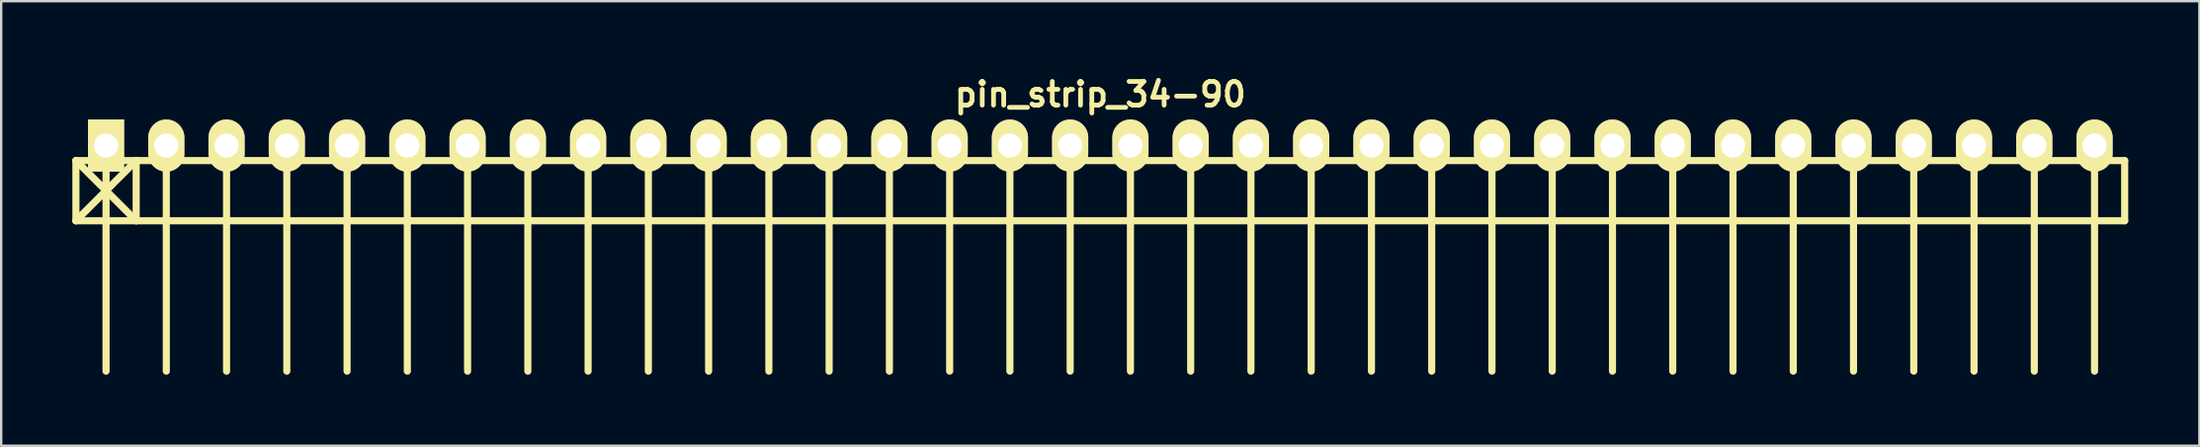
<source format=kicad_pcb>
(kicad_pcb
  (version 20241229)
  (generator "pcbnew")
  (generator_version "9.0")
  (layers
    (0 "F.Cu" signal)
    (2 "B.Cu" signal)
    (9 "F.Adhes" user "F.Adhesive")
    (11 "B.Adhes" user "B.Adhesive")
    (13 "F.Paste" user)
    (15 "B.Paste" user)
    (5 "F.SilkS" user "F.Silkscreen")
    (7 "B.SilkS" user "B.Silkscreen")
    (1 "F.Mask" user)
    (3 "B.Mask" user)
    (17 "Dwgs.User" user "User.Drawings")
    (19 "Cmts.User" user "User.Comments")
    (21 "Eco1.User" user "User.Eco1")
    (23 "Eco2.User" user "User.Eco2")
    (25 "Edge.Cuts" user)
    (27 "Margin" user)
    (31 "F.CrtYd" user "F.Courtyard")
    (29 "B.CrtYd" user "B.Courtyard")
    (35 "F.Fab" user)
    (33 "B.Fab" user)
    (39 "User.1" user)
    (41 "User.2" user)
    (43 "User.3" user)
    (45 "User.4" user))
  (footprint "pin_strip_34-90"
    (layer "F.Cu")
    (at 43.33 3.095)
    (property "Reference" "pin_strip_34-90" (at 0 -2.159 0) (layer "F.SilkS") (effects (font (size 1 1) (thickness 0.2))))
    (attr through_hole)
    (fp_line (start -43.18 0.635) (end 43.18 0.635) (stroke (width 0.3) (type solid)) (layer "F.SilkS"))
    (fp_line (start -43.18 3.175) (end -43.18 0.635) (stroke (width 0.3) (type solid)) (layer "F.SilkS"))
    (fp_line (start -43.18 3.175) (end -40.64 0.635) (stroke (width 0.3) (type solid)) (layer "F.SilkS"))
    (fp_line (start -41.91 0) (end -41.91 9.525) (stroke (width 0.3) (type solid)) (layer "F.SilkS"))
    (fp_line (start -40.64 0.635) (end -40.64 3.175) (stroke (width 0.3) (type solid)) (layer "F.SilkS"))
    (fp_line (start -40.64 3.175) (end -43.18 0.635) (stroke (width 0.3) (type solid)) (layer "F.SilkS"))
    (fp_line (start -39.37 0) (end -39.37 9.525) (stroke (width 0.3) (type solid)) (layer "F.SilkS"))
    (fp_line (start -36.83 9.525) (end -36.83 0) (stroke (width 0.3) (type solid)) (layer "F.SilkS"))
    (fp_line (start -34.29 0) (end -34.29 9.525) (stroke (width 0.3) (type solid)) (layer "F.SilkS"))
    (fp_line (start -31.75 0) (end -31.75 9.525) (stroke (width 0.3) (type solid)) (layer "F.SilkS"))
    (fp_line (start -29.21 0) (end -29.21 9.525) (stroke (width 0.3) (type solid)) (layer "F.SilkS"))
    (fp_line (start -26.67 0) (end -26.67 9.525) (stroke (width 0.3) (type solid)) (layer "F.SilkS"))
    (fp_line (start -24.13 0) (end -24.13 9.525) (stroke (width 0.3) (type solid)) (layer "F.SilkS"))
    (fp_line (start -21.59 0) (end -21.59 9.525) (stroke (width 0.3) (type solid)) (layer "F.SilkS"))
    (fp_line (start -19.05 0) (end -19.05 9.525) (stroke (width 0.3) (type solid)) (layer "F.SilkS"))
    (fp_line (start -16.51 0) (end -16.51 9.525) (stroke (width 0.3) (type solid)) (layer "F.SilkS"))
    (fp_line (start -13.97 0) (end -13.97 9.525) (stroke (width 0.3) (type solid)) (layer "F.SilkS"))
    (fp_line (start -11.43 9.525) (end -11.43 0) (stroke (width 0.3) (type solid)) (layer "F.SilkS"))
    (fp_line (start -8.89 0) (end -8.89 9.525) (stroke (width 0.3) (type solid)) (layer "F.SilkS"))
    (fp_line (start -6.35 0) (end -6.35 9.525) (stroke (width 0.3) (type solid)) (layer "F.SilkS"))
    (fp_line (start -3.81 0) (end -3.81 9.525) (stroke (width 0.3) (type solid)) (layer "F.SilkS"))
    (fp_line (start -1.27 0) (end -1.27 9.525) (stroke (width 0.3) (type solid)) (layer "F.SilkS"))
    (fp_line (start 1.27 0) (end 1.27 9.525) (stroke (width 0.3) (type solid)) (layer "F.SilkS"))
    (fp_line (start 3.81 0) (end 3.81 9.525) (stroke (width 0.3) (type solid)) (layer "F.SilkS"))
    (fp_line (start 6.35 0) (end 6.35 9.525) (stroke (width 0.3) (type solid)) (layer "F.SilkS"))
    (fp_line (start 8.89 0) (end 8.89 9.525) (stroke (width 0.3) (type solid)) (layer "F.SilkS"))
    (fp_line (start 11.43 0) (end 11.43 9.525) (stroke (width 0.3) (type solid)) (layer "F.SilkS"))
    (fp_line (start 13.97 9.525) (end 13.97 0) (stroke (width 0.3) (type solid)) (layer "F.SilkS"))
    (fp_line (start 16.51 0) (end 16.51 9.525) (stroke (width 0.3) (type solid)) (layer "F.SilkS"))
    (fp_line (start 19.05 0) (end 19.05 9.525) (stroke (width 0.3) (type solid)) (layer "F.SilkS"))
    (fp_line (start 21.59 0) (end 21.59 9.525) (stroke (width 0.3) (type solid)) (layer "F.SilkS"))
    (fp_line (start 24.13 0) (end 24.13 9.525) (stroke (width 0.3) (type solid)) (layer "F.SilkS"))
    (fp_line (start 26.67 0) (end 26.67 9.525) (stroke (width 0.3) (type solid)) (layer "F.SilkS"))
    (fp_line (start 29.21 0) (end 29.21 9.525) (stroke (width 0.3) (type solid)) (layer "F.SilkS"))
    (fp_line (start 31.75 0) (end 31.75 9.525) (stroke (width 0.3) (type solid)) (layer "F.SilkS"))
    (fp_line (start 34.29 0) (end 34.29 9.525) (stroke (width 0.3) (type solid)) (layer "F.SilkS"))
    (fp_line (start 36.83 0) (end 36.83 9.525) (stroke (width 0.3) (type solid)) (layer "F.SilkS"))
    (fp_line (start 39.37 9.525) (end 39.37 0) (stroke (width 0.3) (type solid)) (layer "F.SilkS"))
    (fp_line (start 41.91 0) (end 41.91 9.525) (stroke (width 0.3) (type solid)) (layer "F.SilkS"))
    (fp_line (start 43.18 0.635) (end 43.18 3.175) (stroke (width 0.3) (type solid)) (layer "F.SilkS"))
    (fp_line (start 43.18 3.175) (end -43.18 3.175) (stroke (width 0.3) (type solid)) (layer "F.SilkS"))
    (pad "1" thru_hole rect (at -41.91 0) (size 1.524 2.2) (drill 1.02) (layers "*.Cu" "*.Mask" "F.SilkS"))
    (pad "2" thru_hole oval (at -39.37 0) (size 1.524 2.2) (drill 1.02) (layers "*.Cu" "*.Mask" "F.SilkS"))
    (pad "3" thru_hole oval (at -36.83 0) (size 1.524 2.2) (drill 1.02) (layers "*.Cu" "*.Mask" "F.SilkS"))
    (pad "4" thru_hole oval (at -34.29 0) (size 1.524 2.2) (drill 1.02) (layers "*.Cu" "*.Mask" "F.SilkS"))
    (pad "5" thru_hole oval (at -31.75 0) (size 1.524 2.2) (drill 1.02) (layers "*.Cu" "*.Mask" "F.SilkS"))
    (pad "6" thru_hole oval (at -29.21 0) (size 1.524 2.2) (drill 1.02) (layers "*.Cu" "*.Mask" "F.SilkS"))
    (pad "7" thru_hole oval (at -26.67 0) (size 1.524 2.2) (drill 1.02) (layers "*.Cu" "*.Mask" "F.SilkS"))
    (pad "8" thru_hole oval (at -24.13 0) (size 1.524 2.2) (drill 1.02) (layers "*.Cu" "*.Mask" "F.SilkS"))
    (pad "9" thru_hole oval (at -21.59 0) (size 1.524 2.2) (drill 1.02) (layers "*.Cu" "*.Mask" "F.SilkS"))
    (pad "10" thru_hole oval (at -19.05 0) (size 1.524 2.2) (drill 1.02) (layers "*.Cu" "*.Mask" "F.SilkS"))
    (pad "11" thru_hole oval (at -16.51 0) (size 1.524 2.2) (drill 1.02) (layers "*.Cu" "*.Mask" "F.SilkS"))
    (pad "12" thru_hole oval (at -13.97 0) (size 1.524 2.2) (drill 1.02) (layers "*.Cu" "*.Mask" "F.SilkS"))
    (pad "13" thru_hole oval (at -11.43 0) (size 1.524 2.2) (drill 1.02) (layers "*.Cu" "*.Mask" "F.SilkS"))
    (pad "14" thru_hole oval (at -8.89 0) (size 1.524 2.2) (drill 1.02) (layers "*.Cu" "*.Mask" "F.SilkS"))
    (pad "15" thru_hole oval (at -6.35 0) (size 1.524 2.2) (drill 1.02) (layers "*.Cu" "*.Mask" "F.SilkS"))
    (pad "16" thru_hole oval (at -3.81 0) (size 1.524 2.2) (drill 1.02) (layers "*.Cu" "*.Mask" "F.SilkS"))
    (pad "17" thru_hole oval (at -1.27 0) (size 1.524 2.2) (drill 1.02) (layers "*.Cu" "*.Mask" "F.SilkS"))
    (pad "18" thru_hole oval (at 1.27 0) (size 1.524 2.2) (drill 1.02) (layers "*.Cu" "*.Mask" "F.SilkS"))
    (pad "19" thru_hole oval (at 3.81 0) (size 1.524 2.2) (drill 1.02) (layers "*.Cu" "*.Mask" "F.SilkS"))
    (pad "20" thru_hole oval (at 6.35 0) (size 1.524 2.2) (drill 1.02) (layers "*.Cu" "*.Mask" "F.SilkS"))
    (pad "21" thru_hole oval (at 8.89 0) (size 1.524 2.2) (drill 1.02) (layers "*.Cu" "*.Mask" "F.SilkS"))
    (pad "22" thru_hole oval (at 11.43 0) (size 1.524 2.2) (drill 1.02) (layers "*.Cu" "*.Mask" "F.SilkS"))
    (pad "23" thru_hole oval (at 13.97 0) (size 1.524 2.2) (drill 1.02) (layers "*.Cu" "*.Mask" "F.SilkS"))
    (pad "24" thru_hole oval (at 16.51 0) (size 1.524 2.2) (drill 1.02) (layers "*.Cu" "*.Mask" "F.SilkS"))
    (pad "25" thru_hole oval (at 19.05 0) (size 1.524 2.2) (drill 1.02) (layers "*.Cu" "*.Mask" "F.SilkS"))
    (pad "26" thru_hole oval (at 21.59 0) (size 1.524 2.2) (drill 1.02) (layers "*.Cu" "*.Mask" "F.SilkS"))
    (pad "27" thru_hole oval (at 24.13 0) (size 1.524 2.2) (drill 1.02) (layers "*.Cu" "*.Mask" "F.SilkS"))
    (pad "28" thru_hole oval (at 26.67 0) (size 1.524 2.2) (drill 1.02) (layers "*.Cu" "*.Mask" "F.SilkS"))
    (pad "29" thru_hole oval (at 29.21 0) (size 1.524 2.2) (drill 1.02) (layers "*.Cu" "*.Mask" "F.SilkS"))
    (pad "30" thru_hole oval (at 31.75 0) (size 1.524 2.2) (drill 1.02) (layers "*.Cu" "*.Mask" "F.SilkS"))
    (pad "31" thru_hole oval (at 34.29 0) (size 1.524 2.2) (drill 1.02) (layers "*.Cu" "*.Mask" "F.SilkS"))
    (pad "32" thru_hole oval (at 36.83 0) (size 1.524 2.2) (drill 1.02) (layers "*.Cu" "*.Mask" "F.SilkS"))
    (pad "33" thru_hole oval (at 39.37 0) (size 1.524 2.2) (drill 1.02) (layers "*.Cu" "*.Mask" "F.SilkS"))
    (pad "34" thru_hole oval (at 41.91 0) (size 1.524 2.2) (drill 1.02) (layers "*.Cu" "*.Mask" "F.SilkS")))
  (gr_rect
    (start -3 -3)
    (end 89.66 15.77)
    (stroke (width 0.1) (type default))
    (fill no)
    (layer "Edge.Cuts")))
</source>
